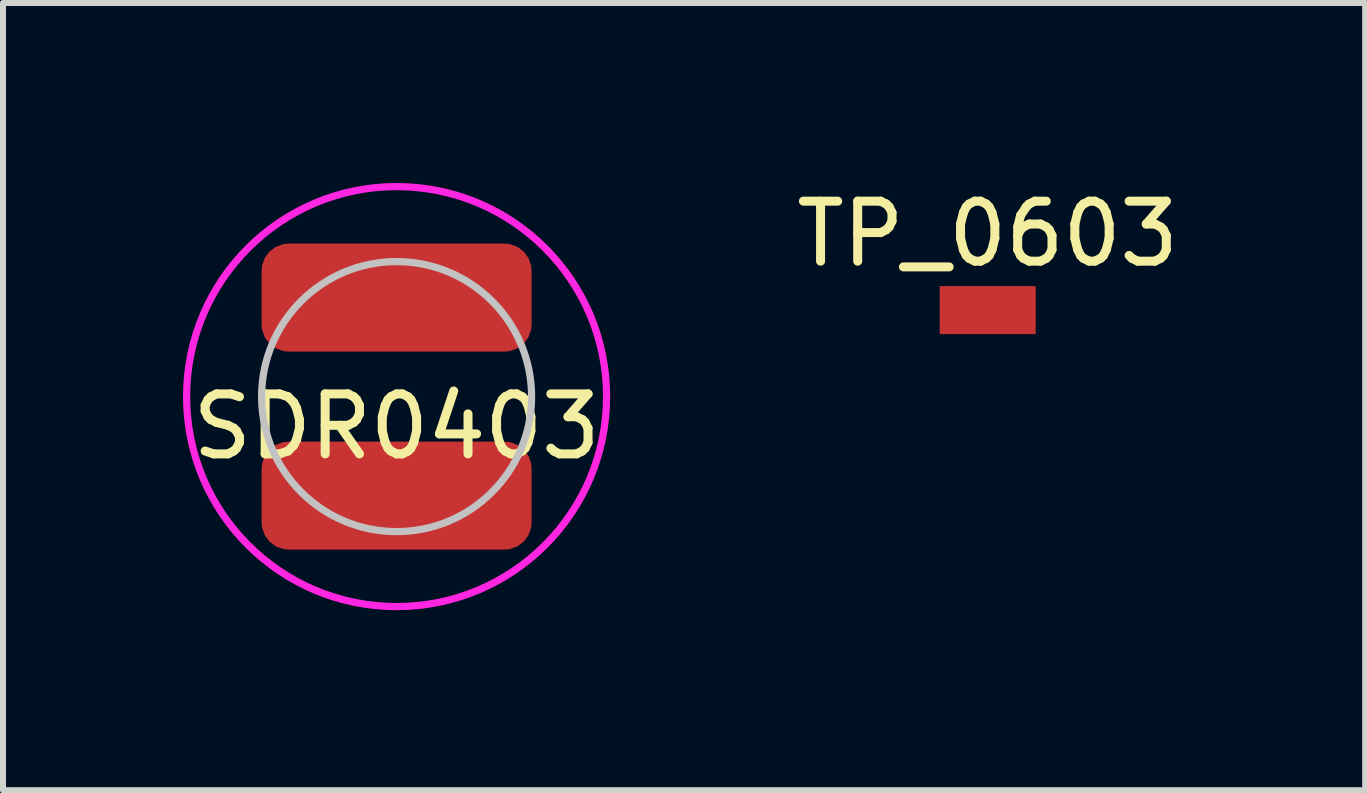
<source format=kicad_pcb>
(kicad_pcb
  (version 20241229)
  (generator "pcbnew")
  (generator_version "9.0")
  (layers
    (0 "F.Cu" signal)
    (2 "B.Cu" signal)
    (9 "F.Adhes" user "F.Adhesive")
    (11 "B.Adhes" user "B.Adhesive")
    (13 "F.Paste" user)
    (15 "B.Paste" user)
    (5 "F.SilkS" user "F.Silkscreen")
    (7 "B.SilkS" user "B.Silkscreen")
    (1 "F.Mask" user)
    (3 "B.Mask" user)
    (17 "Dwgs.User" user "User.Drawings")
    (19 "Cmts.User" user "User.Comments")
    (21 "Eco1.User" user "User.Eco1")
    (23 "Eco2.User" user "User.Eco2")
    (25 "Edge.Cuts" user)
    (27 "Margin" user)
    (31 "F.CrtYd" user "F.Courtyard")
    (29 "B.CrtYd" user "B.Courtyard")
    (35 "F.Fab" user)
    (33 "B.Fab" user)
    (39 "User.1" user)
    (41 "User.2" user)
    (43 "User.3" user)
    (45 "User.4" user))
  (footprint "TP_0603"
    (layer "F.Cu")
    (at 13.412 2.118)
    (property "Reference" "TP_0603" (at 0 -1.27 0) (layer "F.SilkS") (effects (font (size 1 1) (thickness 0.15))))
    (attr through_hole)
    (pad "1" smd rect (at 0 0) (size 1.6 0.8) (layers "F.Cu" "F.Mask" "F.Paste")))
  (footprint "SDR0403"
    (layer "F.Cu")
    (at 3.56 3.56)
    (property "Reference" "SDR0403" (at 0 0.5 0) (layer "F.SilkS") (effects (font (size 1 1) (thickness 0.15))))
    (attr through_hole)
    (fp_circle (center 0 0) (end 2.25 0) (stroke (width 0.12) (type solid)) (fill no) (layer "Dwgs.User"))
    (fp_circle (center 0 0) (end 3.5 0) (stroke (width 0.12) (type solid)) (fill no) (layer "F.CrtYd"))
    (pad "1" smd roundrect (at 0 -1.65) (size 4.5 1.8) (layers "F.Cu" "F.Mask" "F.Paste") (roundrect_rratio 0.25))
    (pad "2" smd roundrect (at 0 1.65) (size 4.5 1.8) (layers "F.Cu" "F.Mask" "F.Paste") (roundrect_rratio 0.25)))
  (gr_rect
    (start -3 -3)
    (end 19.703 10.12)
    (stroke (width 0.1) (type default))
    (fill no)
    (layer "Edge.Cuts")))
</source>
